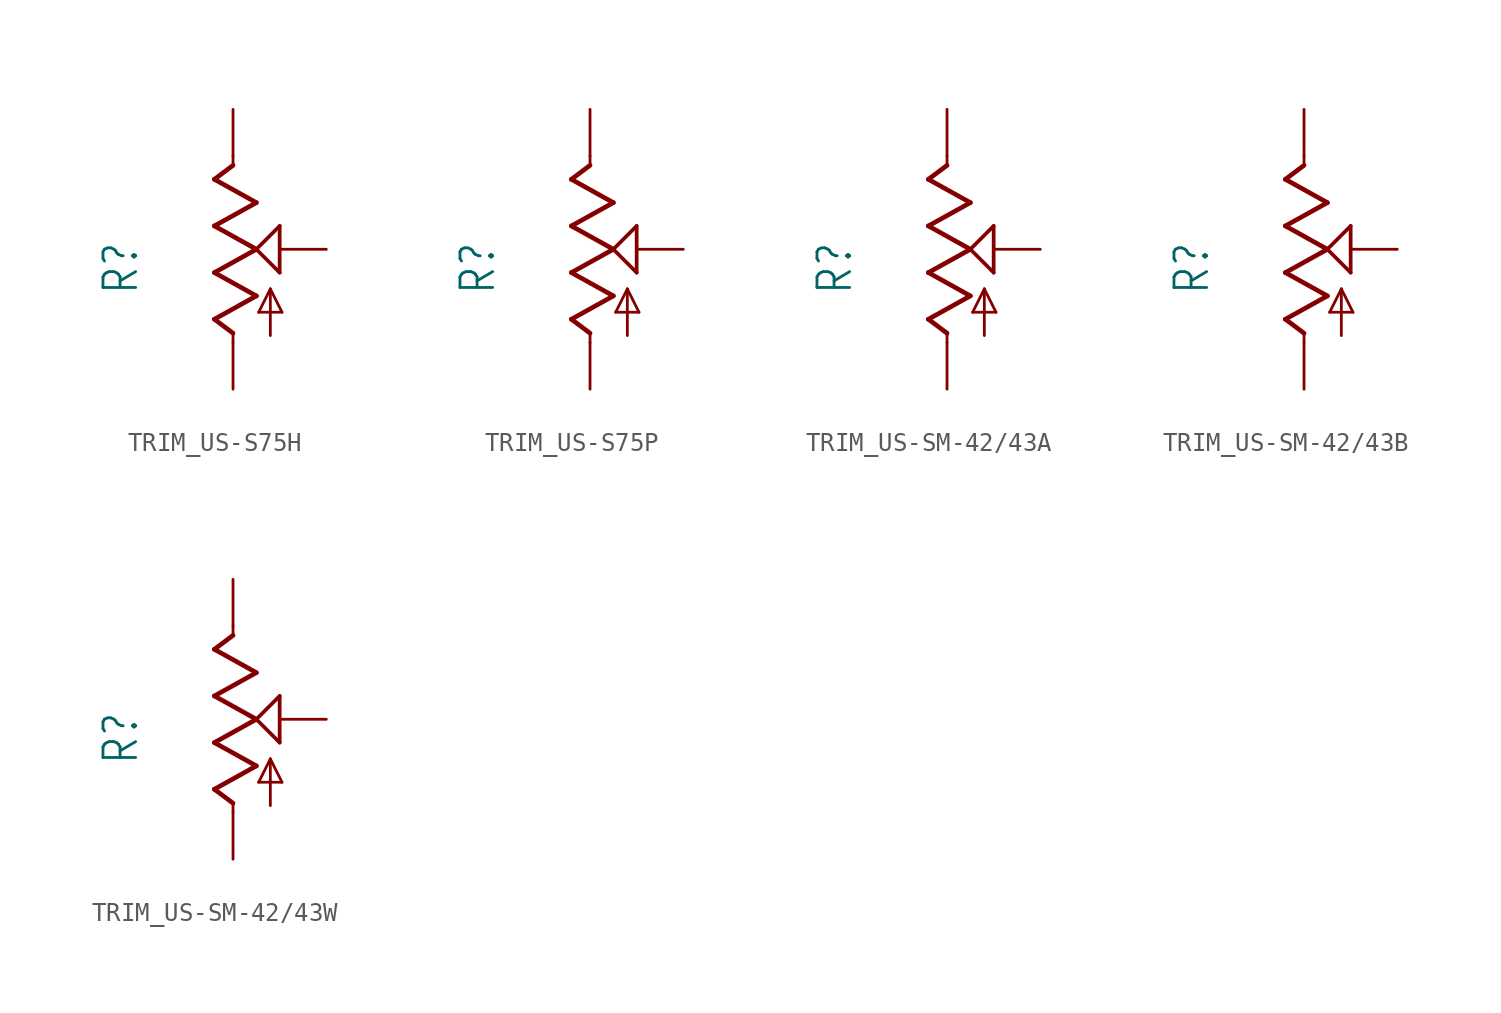
<source format=kicad_sym>
(kicad_symbol_lib
  (version 20241209)
  (generator "kicad_symbol_editor")
  (generator_version "9.0")
  (symbol "TRIM_US-S75H"
    (property "Reference" "R"
      (at -5.08 -2.54 90)
      (effects (font (size 1.778 1.511)) (justify left bottom)))
    (property "Value" ""
      (at -2.54 -2.54 90)
      (effects (font (size 1.778 1.511)) (justify left bottom)))
    (property "ki_locked" ""
      (at 0 0 0)
      (effects (font (size 1.27 1.27))))
    (symbol "TRIM_US-S75H_1_0"
      (polyline (pts (xy -1.016 3.81) (xy 0 4.572)) (stroke (width 0.254) (type solid)) (fill (type none)))
      (polyline (pts (xy -1.016 1.27) (xy 1.27 2.54)) (stroke (width 0.254) (type solid)) (fill (type none)))
      (polyline (pts (xy -1.016 -1.27) (xy 1.27 0)) (stroke (width 0.254) (type solid)) (fill (type none)))
      (polyline (pts (xy -1.016 -3.81) (xy 1.27 -2.54)) (stroke (width 0.254) (type solid)) (fill (type none)))
      (polyline (pts (xy 0 4.572) (xy 0 5.08)) (stroke (width 0.152) (type solid)) (fill (type none)))
      (polyline (pts (xy 0 -4.572) (xy -1.016 -3.81)) (stroke (width 0.254) (type solid)) (fill (type none)))
      (polyline (pts (xy 0 -5.08) (xy 0 -4.572)) (stroke (width 0.152) (type solid)) (fill (type none)))
      (polyline (pts (xy 1.27 2.54) (xy -1.016 3.81)) (stroke (width 0.254) (type solid)) (fill (type none)))
      (polyline (pts (xy 1.27 0) (xy -1.016 1.27)) (stroke (width 0.254) (type solid)) (fill (type none)))
      (polyline (pts (xy 1.27 0) (xy 2.54 1.27)) (stroke (width 0.203) (type solid)) (fill (type none)))
      (polyline (pts (xy 1.27 -2.54) (xy -1.016 -1.27)) (stroke (width 0.254) (type solid)) (fill (type none)))
      (polyline (pts (xy 1.397 -3.429) (xy 2.032 -2.159)) (stroke (width 0.152) (type solid)) (fill (type none)))
      (polyline (pts (xy 2.032 -2.159) (xy 2.667 -3.429)) (stroke (width 0.152) (type solid)) (fill (type none)))
      (polyline (pts (xy 2.032 -4.699) (xy 2.032 -2.159)) (stroke (width 0.152) (type solid)) (fill (type none)))
      (polyline (pts (xy 2.54 1.27) (xy 2.54 -1.27)) (stroke (width 0.203) (type solid)) (fill (type none)))
      (polyline (pts (xy 2.54 -1.27) (xy 1.27 0)) (stroke (width 0.203) (type solid)) (fill (type none)))
      (polyline (pts (xy 2.667 -3.429) (xy 1.397 -3.429)) (stroke (width 0.152) (type solid)) (fill (type none)))
      (pin passive line (at 0 7.62 270) (length 2.54) (name "E" (effects (font (size 0 0)))) (number "E" (effects (font (size 0 0)))))
      (pin passive line (at 0 -7.62 90) (length 2.54) (name "A" (effects (font (size 0 0)))) (number "A" (effects (font (size 0 0)))))
      (pin passive line (at 5.08 0 180) (length 2.54) (name "S" (effects (font (size 0 0)))) (number "S" (effects (font (size 0 0)))))))
  (symbol "TRIM_US-S75P"
    (property "Reference" "R"
      (at -5.08 -2.54 90)
      (effects (font (size 1.778 1.511)) (justify left bottom)))
    (property "Value" ""
      (at -2.54 -2.54 90)
      (effects (font (size 1.778 1.511)) (justify left bottom)))
    (property "ki_locked" ""
      (at 0 0 0)
      (effects (font (size 1.27 1.27))))
    (symbol "TRIM_US-S75P_1_0"
      (polyline (pts (xy -1.016 3.81) (xy 0 4.572)) (stroke (width 0.254) (type solid)) (fill (type none)))
      (polyline (pts (xy -1.016 1.27) (xy 1.27 2.54)) (stroke (width 0.254) (type solid)) (fill (type none)))
      (polyline (pts (xy -1.016 -1.27) (xy 1.27 0)) (stroke (width 0.254) (type solid)) (fill (type none)))
      (polyline (pts (xy -1.016 -3.81) (xy 1.27 -2.54)) (stroke (width 0.254) (type solid)) (fill (type none)))
      (polyline (pts (xy 0 4.572) (xy 0 5.08)) (stroke (width 0.152) (type solid)) (fill (type none)))
      (polyline (pts (xy 0 -4.572) (xy -1.016 -3.81)) (stroke (width 0.254) (type solid)) (fill (type none)))
      (polyline (pts (xy 0 -5.08) (xy 0 -4.572)) (stroke (width 0.152) (type solid)) (fill (type none)))
      (polyline (pts (xy 1.27 2.54) (xy -1.016 3.81)) (stroke (width 0.254) (type solid)) (fill (type none)))
      (polyline (pts (xy 1.27 0) (xy -1.016 1.27)) (stroke (width 0.254) (type solid)) (fill (type none)))
      (polyline (pts (xy 1.27 0) (xy 2.54 1.27)) (stroke (width 0.203) (type solid)) (fill (type none)))
      (polyline (pts (xy 1.27 -2.54) (xy -1.016 -1.27)) (stroke (width 0.254) (type solid)) (fill (type none)))
      (polyline (pts (xy 1.397 -3.429) (xy 2.032 -2.159)) (stroke (width 0.152) (type solid)) (fill (type none)))
      (polyline (pts (xy 2.032 -2.159) (xy 2.667 -3.429)) (stroke (width 0.152) (type solid)) (fill (type none)))
      (polyline (pts (xy 2.032 -4.699) (xy 2.032 -2.159)) (stroke (width 0.152) (type solid)) (fill (type none)))
      (polyline (pts (xy 2.54 1.27) (xy 2.54 -1.27)) (stroke (width 0.203) (type solid)) (fill (type none)))
      (polyline (pts (xy 2.54 -1.27) (xy 1.27 0)) (stroke (width 0.203) (type solid)) (fill (type none)))
      (polyline (pts (xy 2.667 -3.429) (xy 1.397 -3.429)) (stroke (width 0.152) (type solid)) (fill (type none)))
      (pin passive line (at 0 7.62 270) (length 2.54) (name "E" (effects (font (size 0 0)))) (number "E" (effects (font (size 0 0)))))
      (pin passive line (at 0 -7.62 90) (length 2.54) (name "A" (effects (font (size 0 0)))) (number "A" (effects (font (size 0 0)))))
      (pin passive line (at 5.08 0 180) (length 2.54) (name "S" (effects (font (size 0 0)))) (number "S" (effects (font (size 0 0)))))))
  (symbol "TRIM_US-SM-42/43A"
    (property "Reference" "R"
      (at -5.08 -2.54 90)
      (effects (font (size 1.778 1.511)) (justify left bottom)))
    (property "Value" ""
      (at -2.54 -2.54 90)
      (effects (font (size 1.778 1.511)) (justify left bottom)))
    (property "ki_locked" ""
      (at 0 0 0)
      (effects (font (size 1.27 1.27))))
    (symbol "TRIM_US-SM-42/43A_1_0"
      (polyline (pts (xy -1.016 3.81) (xy 0 4.572)) (stroke (width 0.254) (type solid)) (fill (type none)))
      (polyline (pts (xy -1.016 1.27) (xy 1.27 2.54)) (stroke (width 0.254) (type solid)) (fill (type none)))
      (polyline (pts (xy -1.016 -1.27) (xy 1.27 0)) (stroke (width 0.254) (type solid)) (fill (type none)))
      (polyline (pts (xy -1.016 -3.81) (xy 1.27 -2.54)) (stroke (width 0.254) (type solid)) (fill (type none)))
      (polyline (pts (xy 0 4.572) (xy 0 5.08)) (stroke (width 0.152) (type solid)) (fill (type none)))
      (polyline (pts (xy 0 -4.572) (xy -1.016 -3.81)) (stroke (width 0.254) (type solid)) (fill (type none)))
      (polyline (pts (xy 0 -5.08) (xy 0 -4.572)) (stroke (width 0.152) (type solid)) (fill (type none)))
      (polyline (pts (xy 1.27 2.54) (xy -1.016 3.81)) (stroke (width 0.254) (type solid)) (fill (type none)))
      (polyline (pts (xy 1.27 0) (xy -1.016 1.27)) (stroke (width 0.254) (type solid)) (fill (type none)))
      (polyline (pts (xy 1.27 0) (xy 2.54 1.27)) (stroke (width 0.203) (type solid)) (fill (type none)))
      (polyline (pts (xy 1.27 -2.54) (xy -1.016 -1.27)) (stroke (width 0.254) (type solid)) (fill (type none)))
      (polyline (pts (xy 1.397 -3.429) (xy 2.032 -2.159)) (stroke (width 0.152) (type solid)) (fill (type none)))
      (polyline (pts (xy 2.032 -2.159) (xy 2.667 -3.429)) (stroke (width 0.152) (type solid)) (fill (type none)))
      (polyline (pts (xy 2.032 -4.699) (xy 2.032 -2.159)) (stroke (width 0.152) (type solid)) (fill (type none)))
      (polyline (pts (xy 2.54 1.27) (xy 2.54 -1.27)) (stroke (width 0.203) (type solid)) (fill (type none)))
      (polyline (pts (xy 2.54 -1.27) (xy 1.27 0)) (stroke (width 0.203) (type solid)) (fill (type none)))
      (polyline (pts (xy 2.667 -3.429) (xy 1.397 -3.429)) (stroke (width 0.152) (type solid)) (fill (type none)))
      (pin passive line (at 0 7.62 270) (length 2.54) (name "E" (effects (font (size 0 0)))) (number "3" (effects (font (size 0 0)))))
      (pin passive line (at 0 -7.62 90) (length 2.54) (name "A" (effects (font (size 0 0)))) (number "1" (effects (font (size 0 0)))))
      (pin passive line (at 5.08 0 180) (length 2.54) (name "S" (effects (font (size 0 0)))) (number "2" (effects (font (size 0 0)))))))
  (symbol "TRIM_US-SM-42/43B"
    (property "Reference" "R"
      (at -5.08 -2.54 90)
      (effects (font (size 1.778 1.511)) (justify left bottom)))
    (property "Value" ""
      (at -2.54 -2.54 90)
      (effects (font (size 1.778 1.511)) (justify left bottom)))
    (property "ki_locked" ""
      (at 0 0 0)
      (effects (font (size 1.27 1.27))))
    (symbol "TRIM_US-SM-42/43B_1_0"
      (polyline (pts (xy -1.016 3.81) (xy 0 4.572)) (stroke (width 0.254) (type solid)) (fill (type none)))
      (polyline (pts (xy -1.016 1.27) (xy 1.27 2.54)) (stroke (width 0.254) (type solid)) (fill (type none)))
      (polyline (pts (xy -1.016 -1.27) (xy 1.27 0)) (stroke (width 0.254) (type solid)) (fill (type none)))
      (polyline (pts (xy -1.016 -3.81) (xy 1.27 -2.54)) (stroke (width 0.254) (type solid)) (fill (type none)))
      (polyline (pts (xy 0 4.572) (xy 0 5.08)) (stroke (width 0.152) (type solid)) (fill (type none)))
      (polyline (pts (xy 0 -4.572) (xy -1.016 -3.81)) (stroke (width 0.254) (type solid)) (fill (type none)))
      (polyline (pts (xy 0 -5.08) (xy 0 -4.572)) (stroke (width 0.152) (type solid)) (fill (type none)))
      (polyline (pts (xy 1.27 2.54) (xy -1.016 3.81)) (stroke (width 0.254) (type solid)) (fill (type none)))
      (polyline (pts (xy 1.27 0) (xy -1.016 1.27)) (stroke (width 0.254) (type solid)) (fill (type none)))
      (polyline (pts (xy 1.27 0) (xy 2.54 1.27)) (stroke (width 0.203) (type solid)) (fill (type none)))
      (polyline (pts (xy 1.27 -2.54) (xy -1.016 -1.27)) (stroke (width 0.254) (type solid)) (fill (type none)))
      (polyline (pts (xy 1.397 -3.429) (xy 2.032 -2.159)) (stroke (width 0.152) (type solid)) (fill (type none)))
      (polyline (pts (xy 2.032 -2.159) (xy 2.667 -3.429)) (stroke (width 0.152) (type solid)) (fill (type none)))
      (polyline (pts (xy 2.032 -4.699) (xy 2.032 -2.159)) (stroke (width 0.152) (type solid)) (fill (type none)))
      (polyline (pts (xy 2.54 1.27) (xy 2.54 -1.27)) (stroke (width 0.203) (type solid)) (fill (type none)))
      (polyline (pts (xy 2.54 -1.27) (xy 1.27 0)) (stroke (width 0.203) (type solid)) (fill (type none)))
      (polyline (pts (xy 2.667 -3.429) (xy 1.397 -3.429)) (stroke (width 0.152) (type solid)) (fill (type none)))
      (pin passive line (at 0 7.62 270) (length 2.54) (name "E" (effects (font (size 0 0)))) (number "3" (effects (font (size 0 0)))))
      (pin passive line (at 0 -7.62 90) (length 2.54) (name "A" (effects (font (size 0 0)))) (number "1" (effects (font (size 0 0)))))
      (pin passive line (at 5.08 0 180) (length 2.54) (name "S" (effects (font (size 0 0)))) (number "2" (effects (font (size 0 0)))))))
  (symbol "TRIM_US-SM-42/43W"
    (property "Reference" "R"
      (at -5.08 -2.54 90)
      (effects (font (size 1.778 1.511)) (justify left bottom)))
    (property "Value" ""
      (at -2.54 -2.54 90)
      (effects (font (size 1.778 1.511)) (justify left bottom)))
    (property "ki_locked" ""
      (at 0 0 0)
      (effects (font (size 1.27 1.27))))
    (symbol "TRIM_US-SM-42/43W_1_0"
      (polyline (pts (xy -1.016 3.81) (xy 0 4.572)) (stroke (width 0.254) (type solid)) (fill (type none)))
      (polyline (pts (xy -1.016 1.27) (xy 1.27 2.54)) (stroke (width 0.254) (type solid)) (fill (type none)))
      (polyline (pts (xy -1.016 -1.27) (xy 1.27 0)) (stroke (width 0.254) (type solid)) (fill (type none)))
      (polyline (pts (xy -1.016 -3.81) (xy 1.27 -2.54)) (stroke (width 0.254) (type solid)) (fill (type none)))
      (polyline (pts (xy 0 4.572) (xy 0 5.08)) (stroke (width 0.152) (type solid)) (fill (type none)))
      (polyline (pts (xy 0 -4.572) (xy -1.016 -3.81)) (stroke (width 0.254) (type solid)) (fill (type none)))
      (polyline (pts (xy 0 -5.08) (xy 0 -4.572)) (stroke (width 0.152) (type solid)) (fill (type none)))
      (polyline (pts (xy 1.27 2.54) (xy -1.016 3.81)) (stroke (width 0.254) (type solid)) (fill (type none)))
      (polyline (pts (xy 1.27 0) (xy -1.016 1.27)) (stroke (width 0.254) (type solid)) (fill (type none)))
      (polyline (pts (xy 1.27 0) (xy 2.54 1.27)) (stroke (width 0.203) (type solid)) (fill (type none)))
      (polyline (pts (xy 1.27 -2.54) (xy -1.016 -1.27)) (stroke (width 0.254) (type solid)) (fill (type none)))
      (polyline (pts (xy 1.397 -3.429) (xy 2.032 -2.159)) (stroke (width 0.152) (type solid)) (fill (type none)))
      (polyline (pts (xy 2.032 -2.159) (xy 2.667 -3.429)) (stroke (width 0.152) (type solid)) (fill (type none)))
      (polyline (pts (xy 2.032 -4.699) (xy 2.032 -2.159)) (stroke (width 0.152) (type solid)) (fill (type none)))
      (polyline (pts (xy 2.54 1.27) (xy 2.54 -1.27)) (stroke (width 0.203) (type solid)) (fill (type none)))
      (polyline (pts (xy 2.54 -1.27) (xy 1.27 0)) (stroke (width 0.203) (type solid)) (fill (type none)))
      (polyline (pts (xy 2.667 -3.429) (xy 1.397 -3.429)) (stroke (width 0.152) (type solid)) (fill (type none)))
      (pin passive line (at 0 7.62 270) (length 2.54) (name "E" (effects (font (size 0 0)))) (number "3" (effects (font (size 0 0)))))
      (pin passive line (at 0 -7.62 90) (length 2.54) (name "A" (effects (font (size 0 0)))) (number "1" (effects (font (size 0 0)))))
      (pin passive line (at 5.08 0 180) (length 2.54) (name "S" (effects (font (size 0 0)))) (number "2" (effects (font (size 0 0))))))))
</source>
